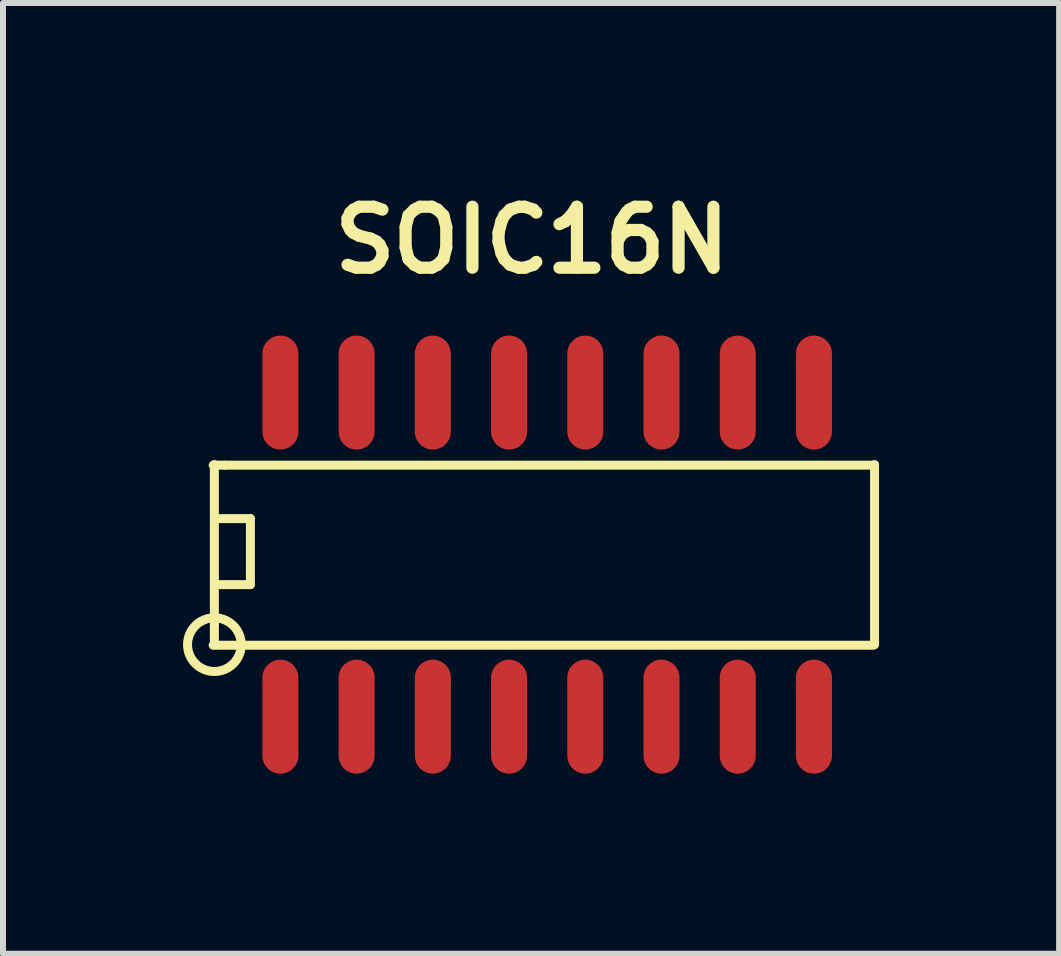
<source format=kicad_pcb>
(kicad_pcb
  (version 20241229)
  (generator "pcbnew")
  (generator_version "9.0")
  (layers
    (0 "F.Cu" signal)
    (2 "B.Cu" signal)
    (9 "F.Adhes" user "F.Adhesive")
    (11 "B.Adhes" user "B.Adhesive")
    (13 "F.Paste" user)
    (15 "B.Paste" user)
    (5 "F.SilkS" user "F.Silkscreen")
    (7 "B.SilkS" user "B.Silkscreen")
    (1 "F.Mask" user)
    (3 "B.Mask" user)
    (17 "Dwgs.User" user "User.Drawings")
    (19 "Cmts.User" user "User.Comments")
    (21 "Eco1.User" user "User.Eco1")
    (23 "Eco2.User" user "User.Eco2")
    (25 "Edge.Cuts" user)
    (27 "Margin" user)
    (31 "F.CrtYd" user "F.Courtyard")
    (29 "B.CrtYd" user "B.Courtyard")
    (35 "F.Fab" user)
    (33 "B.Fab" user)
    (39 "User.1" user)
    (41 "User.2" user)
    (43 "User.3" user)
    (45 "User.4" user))
  (footprint "SOIC16N"
    (layer "F.Cu")
    (at 1.622 3.491)
    (property "Reference" "SOIC16N" (at 4.191 -2.54 0) (layer "F.SilkS") (effects (font (size 1.016 1.016) (thickness 0.203))))
    (attr smd)
    (fp_line (start -1.12 1.21) (end -0.92 1.21) (stroke (width 0.15) (type solid)) (layer "F.SilkS"))
    (fp_line (start -1.1 2.1) (end -0.5 2.1) (stroke (width 0.15) (type solid)) (layer "F.SilkS"))
    (fp_line (start -1.1 4.2) (end -1.1 1.2) (stroke (width 0.15) (type solid)) (layer "F.SilkS"))
    (fp_line (start -0.92 1.21) (end 9.88 1.21) (stroke (width 0.15) (type solid)) (layer "F.SilkS"))
    (fp_line (start -0.5 2.1) (end -0.5 3.2) (stroke (width 0.15) (type solid)) (layer "F.SilkS"))
    (fp_line (start -0.5 3.2) (end -1.1 3.2) (stroke (width 0.15) (type solid)) (layer "F.SilkS"))
    (fp_line (start 9.88 4.21) (end -1.12 4.21) (stroke (width 0.15) (type solid)) (layer "F.SilkS"))
    (fp_line (start 9.9 4.2) (end 9.9 1.2) (stroke (width 0.15) (type solid)) (layer "F.SilkS"))
    (fp_circle (center -1.1 4.2) (end -0.7 4) (stroke (width 0.15) (type solid)) (fill no) (layer "F.SilkS"))
    (pad "1" smd oval (at 0 5.4) (size 0.6 1.9) (layers "F.Cu" "F.Mask" "F.Paste"))
    (pad "2" smd oval (at 1.27 5.4) (size 0.6 1.9) (layers "F.Cu" "F.Mask" "F.Paste"))
    (pad "3" smd oval (at 2.54 5.4) (size 0.6 1.9) (layers "F.Cu" "F.Mask" "F.Paste"))
    (pad "4" smd oval (at 3.81 5.4) (size 0.6 1.9) (layers "F.Cu" "F.Mask" "F.Paste"))
    (pad "5" smd oval (at 5.08 5.4) (size 0.6 1.9) (layers "F.Cu" "F.Mask" "F.Paste"))
    (pad "6" smd oval (at 6.35 5.4) (size 0.6 1.9) (layers "F.Cu" "F.Mask" "F.Paste"))
    (pad "7" smd oval (at 7.62 5.4) (size 0.6 1.9) (layers "F.Cu" "F.Mask" "F.Paste"))
    (pad "8" smd oval (at 8.89 5.4) (size 0.6 1.9) (layers "F.Cu" "F.Mask" "F.Paste"))
    (pad "9" smd oval (at 0 0) (size 0.6 1.9) (layers "F.Cu" "F.Mask" "F.Paste"))
    (pad "10" smd oval (at 1.27 0) (size 0.6 1.9) (layers "F.Cu" "F.Mask" "F.Paste"))
    (pad "11" smd oval (at 2.54 0) (size 0.6 1.9) (layers "F.Cu" "F.Mask" "F.Paste"))
    (pad "12" smd oval (at 3.81 0) (size 0.6 1.9) (layers "F.Cu" "F.Mask" "F.Paste"))
    (pad "13" smd oval (at 5.08 0) (size 0.6 1.9) (layers "F.Cu" "F.Mask" "F.Paste"))
    (pad "14" smd oval (at 6.35 0) (size 0.6 1.9) (layers "F.Cu" "F.Mask" "F.Paste"))
    (pad "15" smd oval (at 7.62 0) (size 0.6 1.9) (layers "F.Cu" "F.Mask" "F.Paste"))
    (pad "16" smd oval (at 8.89 0) (size 0.6 1.9) (layers "F.Cu" "F.Mask" "F.Paste")))
  (gr_rect
    (start -3 -3)
    (end 14.597 12.841)
    (stroke (width 0.1) (type default))
    (fill no)
    (layer "Edge.Cuts")))
</source>
